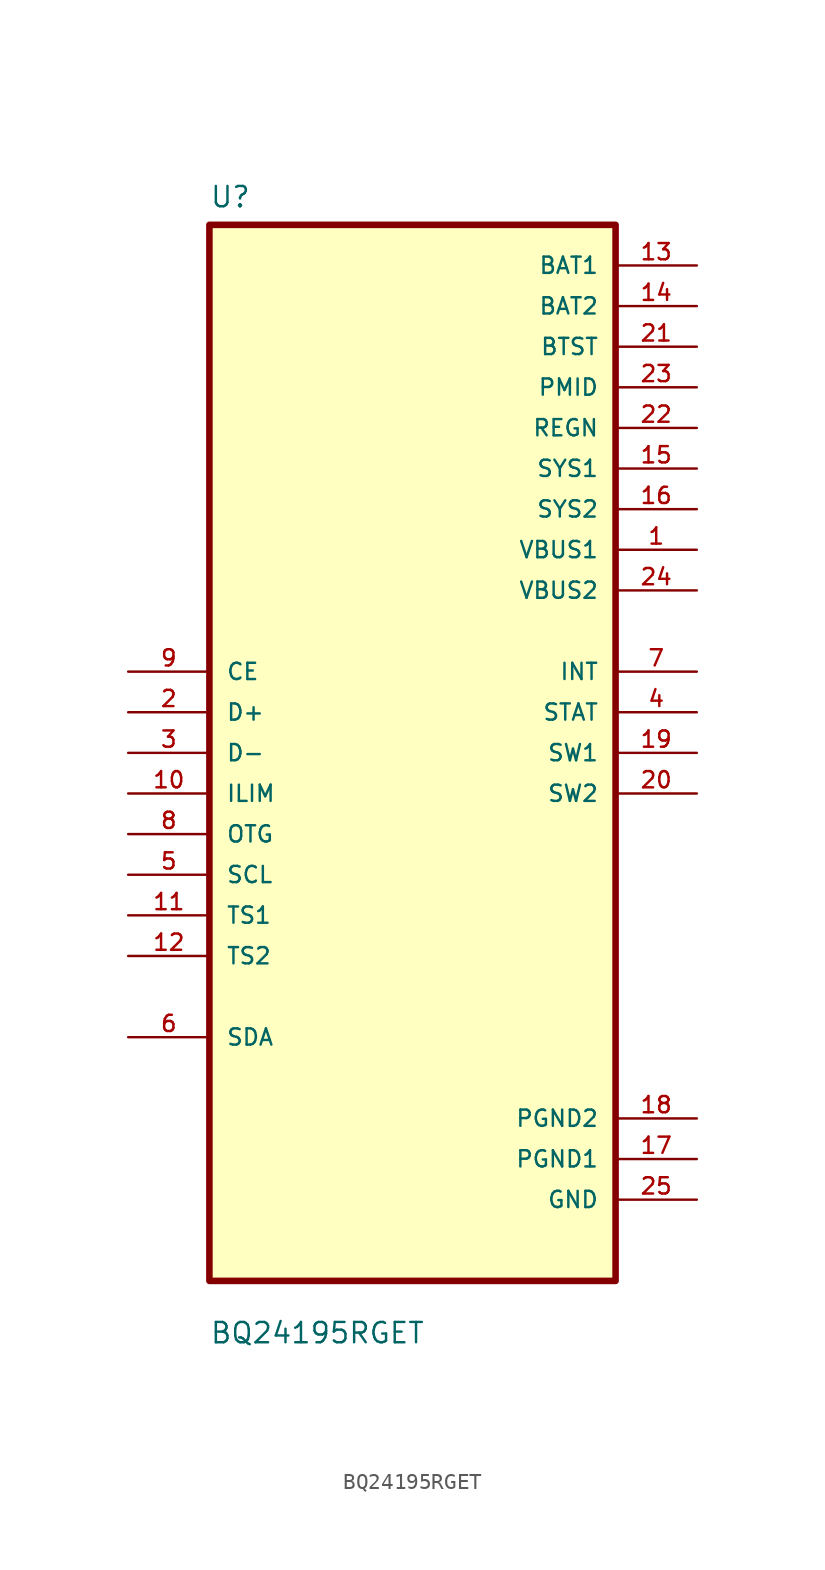
<source format=kicad_sym>
(kicad_symbol_lib
  (version 20211014)
  (generator kicad_symbol_editor)
  (symbol "BQ24195RGET"
    (pin_names
      (offset 1.016))
    (property "Reference" "U"
      (at -12.7 34.02 0.0)
      (effects (font (size 1.27 1.27)) (justify bottom left)))
    (property "Value" "BQ24195RGET"
      (at -12.7 -37.02 0.0)
      (effects (font (size 1.27 1.27)) (justify bottom left)))
    (symbol "BQ24195RGET_0_0"
      (rectangle (start -12.7 -33.02) (end 12.7 33.02) (stroke (width 0.41)) (fill (type background)))
      (pin input line (at -17.78 5.08 0) (length 5.08) (name "CE" (effects (font (size 1.016 1.016)))) (number "9" (effects (font (size 1.016 1.016)))))
      (pin input line (at -17.78 2.54 0) (length 5.08) (name "D+" (effects (font (size 1.016 1.016)))) (number "2" (effects (font (size 1.016 1.016)))))
      (pin input line (at -17.78 5.32907e-15 0) (length 5.08) (name "D-" (effects (font (size 1.016 1.016)))) (number "3" (effects (font (size 1.016 1.016)))))
      (pin input line (at -17.78 -2.54 0) (length 5.08) (name "ILIM" (effects (font (size 1.016 1.016)))) (number "10" (effects (font (size 1.016 1.016)))))
      (pin input line (at -17.78 -5.08 0) (length 5.08) (name "OTG" (effects (font (size 1.016 1.016)))) (number "8" (effects (font (size 1.016 1.016)))))
      (pin input line (at -17.78 -7.62 0) (length 5.08) (name "SCL" (effects (font (size 1.016 1.016)))) (number "5" (effects (font (size 1.016 1.016)))))
      (pin input line (at -17.78 -10.16 0) (length 5.08) (name "TS1" (effects (font (size 1.016 1.016)))) (number "11" (effects (font (size 1.016 1.016)))))
      (pin input line (at -17.78 -12.7 0) (length 5.08) (name "TS2" (effects (font (size 1.016 1.016)))) (number "12" (effects (font (size 1.016 1.016)))))
      (pin bidirectional line (at -17.78 -17.78 0) (length 5.08) (name "SDA" (effects (font (size 1.016 1.016)))) (number "6" (effects (font (size 1.016 1.016)))))
      (pin power_in line (at 17.78 30.48 180.0) (length 5.08) (name "BAT1" (effects (font (size 1.016 1.016)))) (number "13" (effects (font (size 1.016 1.016)))))
      (pin power_in line (at 17.78 27.94 180.0) (length 5.08) (name "BAT2" (effects (font (size 1.016 1.016)))) (number "14" (effects (font (size 1.016 1.016)))))
      (pin power_in line (at 17.78 25.4 180.0) (length 5.08) (name "BTST" (effects (font (size 1.016 1.016)))) (number "21" (effects (font (size 1.016 1.016)))))
      (pin power_in line (at 17.78 22.86 180.0) (length 5.08) (name "PMID" (effects (font (size 1.016 1.016)))) (number "23" (effects (font (size 1.016 1.016)))))
      (pin power_in line (at 17.78 20.32 180.0) (length 5.08) (name "REGN" (effects (font (size 1.016 1.016)))) (number "22" (effects (font (size 1.016 1.016)))))
      (pin power_in line (at 17.78 17.78 180.0) (length 5.08) (name "SYS1" (effects (font (size 1.016 1.016)))) (number "15" (effects (font (size 1.016 1.016)))))
      (pin power_in line (at 17.78 15.24 180.0) (length 5.08) (name "SYS2" (effects (font (size 1.016 1.016)))) (number "16" (effects (font (size 1.016 1.016)))))
      (pin power_in line (at 17.78 12.7 180.0) (length 5.08) (name "VBUS1" (effects (font (size 1.016 1.016)))) (number "1" (effects (font (size 1.016 1.016)))))
      (pin power_in line (at 17.78 10.16 180.0) (length 5.08) (name "VBUS2" (effects (font (size 1.016 1.016)))) (number "24" (effects (font (size 1.016 1.016)))))
      (pin output line (at 17.78 5.08 180.0) (length 5.08) (name "INT" (effects (font (size 1.016 1.016)))) (number "7" (effects (font (size 1.016 1.016)))))
      (pin output line (at 17.78 2.54 180.0) (length 5.08) (name "STAT" (effects (font (size 1.016 1.016)))) (number "4" (effects (font (size 1.016 1.016)))))
      (pin output line (at 17.78 1.06581e-14 180.0) (length 5.08) (name "SW1" (effects (font (size 1.016 1.016)))) (number "19" (effects (font (size 1.016 1.016)))))
      (pin output line (at 17.78 -2.54 180.0) (length 5.08) (name "SW2" (effects (font (size 1.016 1.016)))) (number "20" (effects (font (size 1.016 1.016)))))
      (pin power_in line (at 17.78 -22.86 180.0) (length 5.08) (name "PGND2" (effects (font (size 1.016 1.016)))) (number "18" (effects (font (size 1.016 1.016)))))
      (pin power_in line (at 17.78 -25.4 180.0) (length 5.08) (name "PGND1" (effects (font (size 1.016 1.016)))) (number "17" (effects (font (size 1.016 1.016)))))
      (pin power_in line (at 17.78 -27.94 180.0) (length 5.08) (name "GND" (effects (font (size 1.016 1.016)))) (number "25" (effects (font (size 1.016 1.016))))))))
</source>
